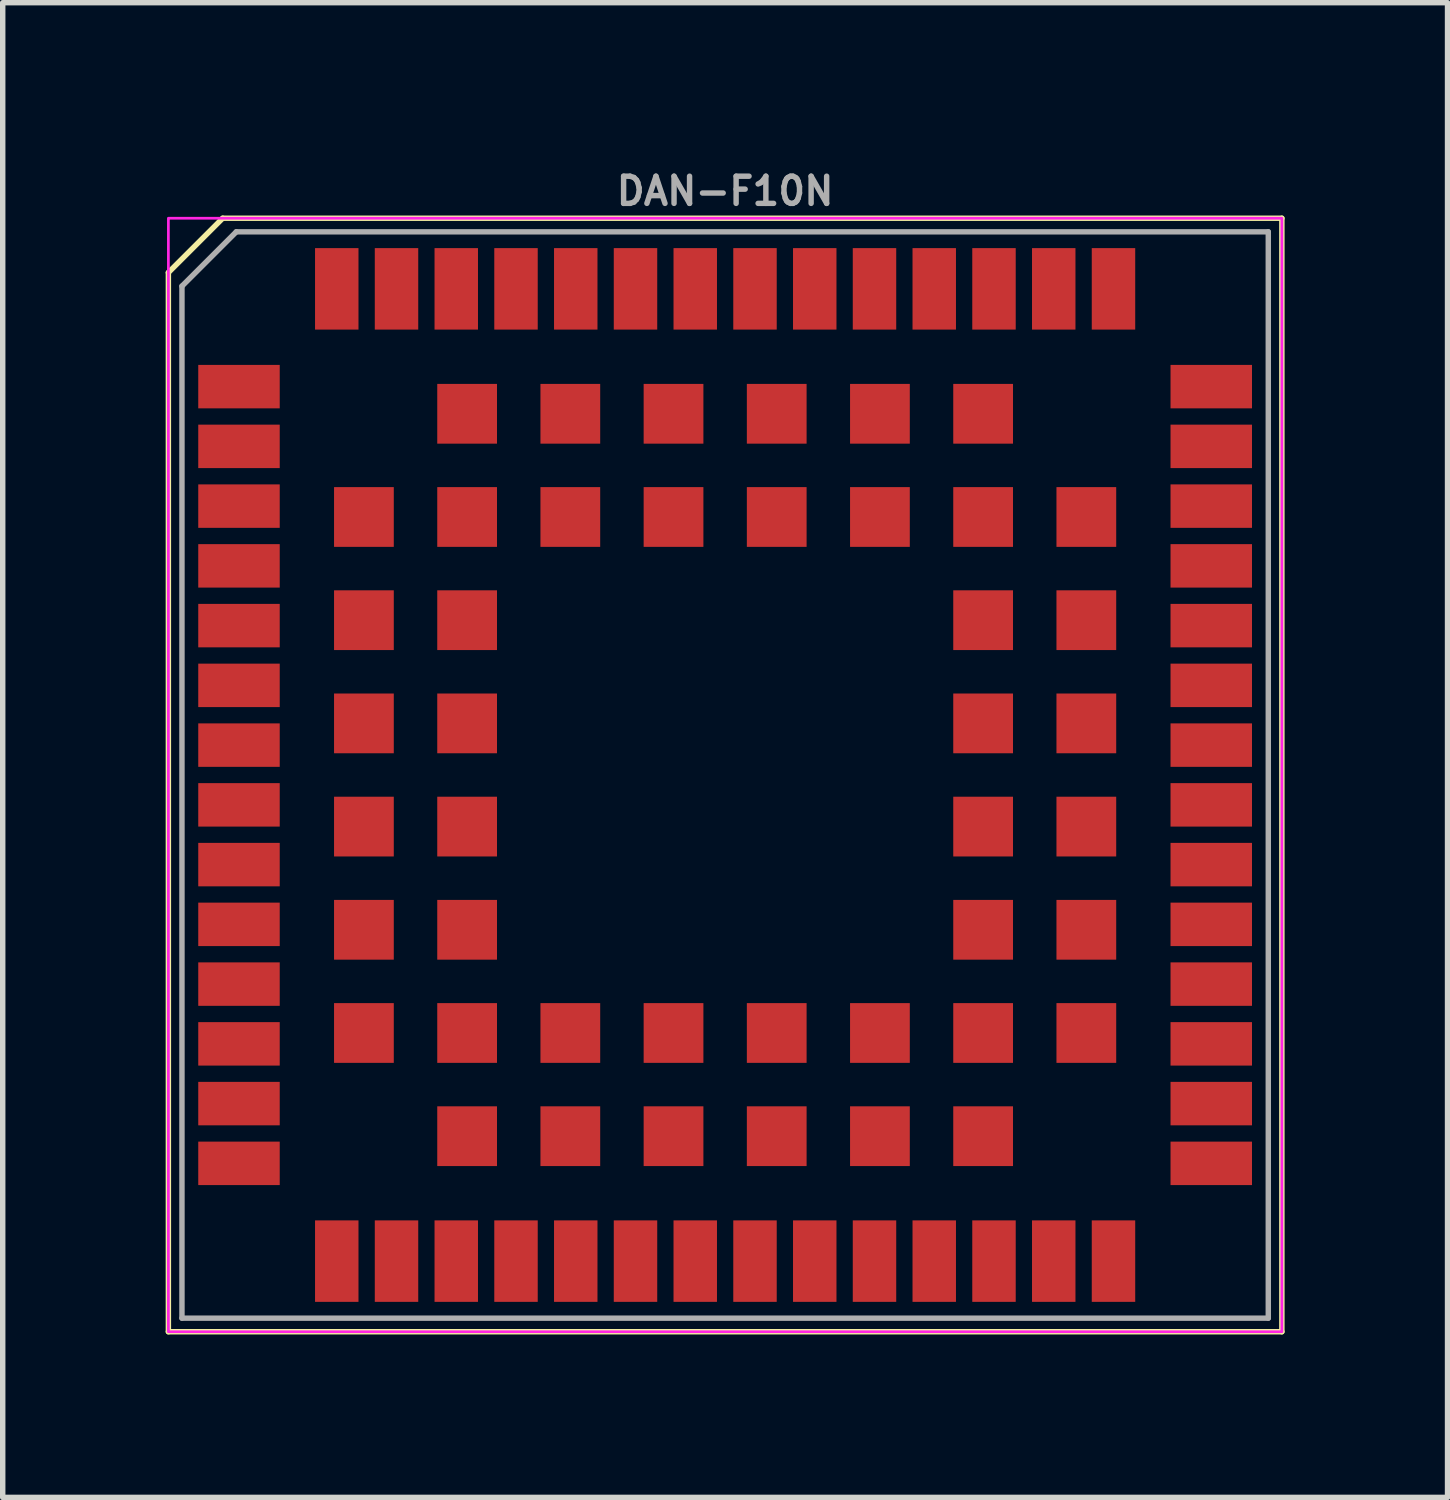
<source format=kicad_pcb>
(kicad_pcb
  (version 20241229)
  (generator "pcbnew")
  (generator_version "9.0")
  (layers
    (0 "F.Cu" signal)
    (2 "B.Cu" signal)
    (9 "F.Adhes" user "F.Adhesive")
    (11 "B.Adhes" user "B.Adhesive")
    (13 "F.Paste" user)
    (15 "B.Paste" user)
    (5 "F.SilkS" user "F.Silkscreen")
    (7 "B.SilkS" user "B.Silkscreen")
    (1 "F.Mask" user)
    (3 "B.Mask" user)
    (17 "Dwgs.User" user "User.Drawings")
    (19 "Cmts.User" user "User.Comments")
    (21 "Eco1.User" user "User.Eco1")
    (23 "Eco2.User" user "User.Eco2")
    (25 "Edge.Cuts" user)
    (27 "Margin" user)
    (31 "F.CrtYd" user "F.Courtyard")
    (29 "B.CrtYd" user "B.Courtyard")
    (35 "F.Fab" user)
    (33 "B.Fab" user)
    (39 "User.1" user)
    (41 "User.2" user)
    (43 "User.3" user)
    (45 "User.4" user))
  (footprint "DAN-F10N"
    (layer "F.Cu")
    (at 10.3 11.218)
    (property "Reference" "DAN-F10N" (at 0 -10.75 0) (layer "F.Fab") (effects (font (size 0.5 0.5) (thickness 0.1))))
    (attr smd)
    (fp_line (start -10.25 -9.25) (end -10.25 10.25) (stroke (width 0.1) (type default)) (layer "F.SilkS"))
    (fp_line (start -10.25 10.25) (end 10.25 10.25) (stroke (width 0.1) (type default)) (layer "F.SilkS"))
    (fp_line (start -9.25 -10.25) (end -10.25 -9.25) (stroke (width 0.1) (type default)) (layer "F.SilkS"))
    (fp_line (start 10.25 -10.25) (end -9.25 -10.25) (stroke (width 0.1) (type default)) (layer "F.SilkS"))
    (fp_line (start 10.25 10.25) (end 10.25 -10.25) (stroke (width 0.1) (type default)) (layer "F.SilkS"))
    (fp_rect (start -10.25 -10.25) (end 10.25 10.25) (stroke (width 0.05) (type default)) (fill no) (layer "F.CrtYd"))
    (fp_line (start -10 -9) (end -10 10) (stroke (width 0.1) (type default)) (layer "F.Fab"))
    (fp_line (start -9 -10) (end -10 -9) (stroke (width 0.1) (type default)) (layer "F.Fab"))
    (fp_line (start -9 -10) (end 10 -10) (stroke (width 0.1) (type default)) (layer "F.Fab"))
    (fp_line (start 10 -10) (end 10 10) (stroke (width 0.1) (type default)) (layer "F.Fab"))
    (fp_line (start 10 10) (end -10 10) (stroke (width 0.1) (type default)) (layer "F.Fab"))
    (pad "1" smd rect (at -8.95 -7.15) (size 1.5 0.8) (layers "F.Cu" "F.Mask" "F.Paste"))
    (pad "2" smd rect (at -8.95 -6.05) (size 1.5 0.8) (layers "F.Cu" "F.Mask" "F.Paste"))
    (pad "3" smd rect (at -8.95 -4.95) (size 1.5 0.8) (layers "F.Cu" "F.Mask" "F.Paste"))
    (pad "4" smd rect (at -8.95 -3.85) (size 1.5 0.8) (layers "F.Cu" "F.Mask" "F.Paste"))
    (pad "5" smd rect (at -8.95 -2.75) (size 1.5 0.8) (layers "F.Cu" "F.Mask" "F.Paste"))
    (pad "6" smd rect (at -8.95 -1.65) (size 1.5 0.8) (layers "F.Cu" "F.Mask" "F.Paste"))
    (pad "7" smd rect (at -8.95 -0.55) (size 1.5 0.8) (layers "F.Cu" "F.Mask" "F.Paste"))
    (pad "8" smd rect (at -8.95 0.55) (size 1.5 0.8) (layers "F.Cu" "F.Mask" "F.Paste"))
    (pad "9" smd rect (at -8.95 1.65) (size 1.5 0.8) (layers "F.Cu" "F.Mask" "F.Paste"))
    (pad "10" smd rect (at -8.95 2.75) (size 1.5 0.8) (layers "F.Cu" "F.Mask" "F.Paste"))
    (pad "11" smd rect (at -8.95 3.85) (size 1.5 0.8) (layers "F.Cu" "F.Mask" "F.Paste"))
    (pad "12" smd rect (at -8.95 4.95) (size 1.5 0.8) (layers "F.Cu" "F.Mask" "F.Paste"))
    (pad "13" smd rect (at -8.95 6.05) (size 1.5 0.8) (layers "F.Cu" "F.Mask" "F.Paste"))
    (pad "14" smd rect (at -8.95 7.15) (size 1.5 0.8) (layers "F.Cu" "F.Mask" "F.Paste"))
    (pad "15" smd rect (at -7.15 8.95 90) (size 1.5 0.8) (layers "F.Cu" "F.Mask" "F.Paste"))
    (pad "16" smd rect (at -6.05 8.95 90) (size 1.5 0.8) (layers "F.Cu" "F.Mask" "F.Paste"))
    (pad "17" smd rect (at -4.95 8.95 90) (size 1.5 0.8) (layers "F.Cu" "F.Mask" "F.Paste"))
    (pad "18" smd rect (at -3.85 8.95 90) (size 1.5 0.8) (layers "F.Cu" "F.Mask" "F.Paste"))
    (pad "19" smd rect (at -2.75 8.95 90) (size 1.5 0.8) (layers "F.Cu" "F.Mask" "F.Paste"))
    (pad "20" smd rect (at -1.65 8.95 90) (size 1.5 0.8) (layers "F.Cu" "F.Mask" "F.Paste"))
    (pad "21" smd rect (at -0.55 8.95 90) (size 1.5 0.8) (layers "F.Cu" "F.Mask" "F.Paste"))
    (pad "22" smd rect (at 0.55 8.95 90) (size 1.5 0.8) (layers "F.Cu" "F.Mask" "F.Paste"))
    (pad "23" smd rect (at 1.65 8.95 90) (size 1.5 0.8) (layers "F.Cu" "F.Mask" "F.Paste"))
    (pad "24" smd rect (at 2.75 8.95 90) (size 1.5 0.8) (layers "F.Cu" "F.Mask" "F.Paste"))
    (pad "25" smd rect (at 3.85 8.95 90) (size 1.5 0.8) (layers "F.Cu" "F.Mask" "F.Paste"))
    (pad "26" smd rect (at 4.95 8.95 90) (size 1.5 0.8) (layers "F.Cu" "F.Mask" "F.Paste"))
    (pad "27" smd rect (at 6.05 8.95 90) (size 1.5 0.8) (layers "F.Cu" "F.Mask" "F.Paste"))
    (pad "28" smd rect (at 7.15 8.95 90) (size 1.5 0.8) (layers "F.Cu" "F.Mask" "F.Paste"))
    (pad "29" smd rect (at 8.95 7.15 180) (size 1.5 0.8) (layers "F.Cu" "F.Mask" "F.Paste"))
    (pad "30" smd rect (at 8.95 6.05 180) (size 1.5 0.8) (layers "F.Cu" "F.Mask" "F.Paste"))
    (pad "31" smd rect (at 8.95 4.95 180) (size 1.5 0.8) (layers "F.Cu" "F.Mask" "F.Paste"))
    (pad "32" smd rect (at 8.95 3.85 180) (size 1.5 0.8) (layers "F.Cu" "F.Mask" "F.Paste"))
    (pad "33" smd rect (at 8.95 2.75 180) (size 1.5 0.8) (layers "F.Cu" "F.Mask" "F.Paste"))
    (pad "34" smd rect (at 8.95 1.65 180) (size 1.5 0.8) (layers "F.Cu" "F.Mask" "F.Paste"))
    (pad "35" smd rect (at 8.95 0.55 180) (size 1.5 0.8) (layers "F.Cu" "F.Mask" "F.Paste"))
    (pad "36" smd rect (at 8.95 -0.55 180) (size 1.5 0.8) (layers "F.Cu" "F.Mask" "F.Paste"))
    (pad "37" smd rect (at 8.95 -1.65 180) (size 1.5 0.8) (layers "F.Cu" "F.Mask" "F.Paste"))
    (pad "38" smd rect (at 8.95 -2.75 180) (size 1.5 0.8) (layers "F.Cu" "F.Mask" "F.Paste"))
    (pad "39" smd rect (at 8.95 -3.85 180) (size 1.5 0.8) (layers "F.Cu" "F.Mask" "F.Paste"))
    (pad "40" smd rect (at 8.95 -4.95 180) (size 1.5 0.8) (layers "F.Cu" "F.Mask" "F.Paste"))
    (pad "41" smd rect (at 8.95 -6.05 180) (size 1.5 0.8) (layers "F.Cu" "F.Mask" "F.Paste"))
    (pad "42" smd rect (at 8.95 -7.15 180) (size 1.5 0.8) (layers "F.Cu" "F.Mask" "F.Paste"))
    (pad "43" smd rect (at 7.15 -8.95 270) (size 1.5 0.8) (layers "F.Cu" "F.Mask" "F.Paste"))
    (pad "44" smd rect (at 6.05 -8.95 270) (size 1.5 0.8) (layers "F.Cu" "F.Mask" "F.Paste"))
    (pad "45" smd rect (at 4.95 -8.95 270) (size 1.5 0.8) (layers "F.Cu" "F.Mask" "F.Paste"))
    (pad "46" smd rect (at 3.85 -8.95 270) (size 1.5 0.8) (layers "F.Cu" "F.Mask" "F.Paste"))
    (pad "47" smd rect (at 2.75 -8.95 270) (size 1.5 0.8) (layers "F.Cu" "F.Mask" "F.Paste"))
    (pad "48" smd rect (at 1.65 -8.95 270) (size 1.5 0.8) (layers "F.Cu" "F.Mask" "F.Paste"))
    (pad "49" smd rect (at 0.55 -8.95 270) (size 1.5 0.8) (layers "F.Cu" "F.Mask" "F.Paste"))
    (pad "50" smd rect (at -0.55 -8.95 270) (size 1.5 0.8) (layers "F.Cu" "F.Mask" "F.Paste"))
    (pad "51" smd rect (at -2.75 -8.95 270) (size 1.5 0.8) (layers "F.Cu" "F.Mask" "F.Paste"))
    (pad "52" smd rect (at -1.65 -8.95 270) (size 1.5 0.8) (layers "F.Cu" "F.Mask" "F.Paste"))
    (pad "53" smd rect (at -3.85 -8.95 270) (size 1.5 0.8) (layers "F.Cu" "F.Mask" "F.Paste"))
    (pad "54" smd rect (at -4.95 -8.95 270) (size 1.5 0.8) (layers "F.Cu" "F.Mask" "F.Paste"))
    (pad "55" smd rect (at -6.05 -8.95 270) (size 1.5 0.8) (layers "F.Cu" "F.Mask" "F.Paste"))
    (pad "56" smd rect (at -7.15 -8.95 270) (size 1.5 0.8) (layers "F.Cu" "F.Mask" "F.Paste"))
    (pad "57" smd rect (at -6.65 -4.75 90) (size 1.1 1.1) (layers "F.Cu" "F.Mask" "F.Paste"))
    (pad "57" smd rect (at -6.65 -2.85 180) (size 1.1 1.1) (layers "F.Cu" "F.Mask" "F.Paste"))
    (pad "57" smd rect (at -6.65 -0.95 180) (size 1.1 1.1) (layers "F.Cu" "F.Mask" "F.Paste"))
    (pad "57" smd rect (at -6.65 0.95 180) (size 1.1 1.1) (layers "F.Cu" "F.Mask" "F.Paste"))
    (pad "57" smd rect (at -6.65 2.85 180) (size 1.1 1.1) (layers "F.Cu" "F.Mask" "F.Paste"))
    (pad "57" smd rect (at -6.65 4.75 270) (size 1.1 1.1) (layers "F.Cu" "F.Mask" "F.Paste"))
    (pad "57" smd rect (at -4.75 -6.65 180) (size 1.1 1.1) (layers "F.Cu" "F.Mask" "F.Paste"))
    (pad "57" smd rect (at -4.75 -4.75 90) (size 1.1 1.1) (layers "F.Cu" "F.Mask" "F.Paste"))
    (pad "57" smd rect (at -4.75 -2.85 180) (size 1.1 1.1) (layers "F.Cu" "F.Mask" "F.Paste"))
    (pad "57" smd rect (at -4.75 -0.95 180) (size 1.1 1.1) (layers "F.Cu" "F.Mask" "F.Paste"))
    (pad "57" smd rect (at -4.75 0.95 180) (size 1.1 1.1) (layers "F.Cu" "F.Mask" "F.Paste"))
    (pad "57" smd rect (at -4.75 2.85 180) (size 1.1 1.1) (layers "F.Cu" "F.Mask" "F.Paste"))
    (pad "57" smd rect (at -4.75 4.75 180) (size 1.1 1.1) (layers "F.Cu" "F.Mask" "F.Paste"))
    (pad "57" smd rect (at -4.75 6.65 180) (size 1.1 1.1) (layers "F.Cu" "F.Mask" "F.Paste"))
    (pad "57" smd rect (at -2.85 -6.65 90) (size 1.1 1.1) (layers "F.Cu" "F.Mask" "F.Paste"))
    (pad "57" smd rect (at -2.85 -4.75 90) (size 1.1 1.1) (layers "F.Cu" "F.Mask" "F.Paste"))
    (pad "57" smd rect (at -2.85 4.75 270) (size 1.1 1.1) (layers "F.Cu" "F.Mask" "F.Paste"))
    (pad "57" smd rect (at -2.85 6.65 270) (size 1.1 1.1) (layers "F.Cu" "F.Mask" "F.Paste"))
    (pad "57" smd rect (at -0.95 -6.65 90) (size 1.1 1.1) (layers "F.Cu" "F.Mask" "F.Paste"))
    (pad "57" smd rect (at -0.95 -4.75 90) (size 1.1 1.1) (layers "F.Cu" "F.Mask" "F.Paste"))
    (pad "57" smd rect (at -0.95 4.75 270) (size 1.1 1.1) (layers "F.Cu" "F.Mask" "F.Paste"))
    (pad "57" smd rect (at -0.95 6.65 270) (size 1.1 1.1) (layers "F.Cu" "F.Mask" "F.Paste"))
    (pad "57" smd rect (at 0.95 -6.65 90) (size 1.1 1.1) (layers "F.Cu" "F.Mask" "F.Paste"))
    (pad "57" smd rect (at 0.95 -4.75 90) (size 1.1 1.1) (layers "F.Cu" "F.Mask" "F.Paste"))
    (pad "57" smd rect (at 0.95 4.75 270) (size 1.1 1.1) (layers "F.Cu" "F.Mask" "F.Paste"))
    (pad "57" smd rect (at 0.95 6.65 270) (size 1.1 1.1) (layers "F.Cu" "F.Mask" "F.Paste"))
    (pad "57" smd rect (at 2.85 -6.65 90) (size 1.1 1.1) (layers "F.Cu" "F.Mask" "F.Paste"))
    (pad "57" smd rect (at 2.85 -4.75 90) (size 1.1 1.1) (layers "F.Cu" "F.Mask" "F.Paste"))
    (pad "57" smd rect (at 2.85 4.75 270) (size 1.1 1.1) (layers "F.Cu" "F.Mask" "F.Paste"))
    (pad "57" smd rect (at 2.85 6.65 270) (size 1.1 1.1) (layers "F.Cu" "F.Mask" "F.Paste"))
    (pad "57" smd rect (at 4.75 -6.65) (size 1.1 1.1) (layers "F.Cu" "F.Mask" "F.Paste"))
    (pad "57" smd rect (at 4.75 -4.75) (size 1.1 1.1) (layers "F.Cu" "F.Mask" "F.Paste"))
    (pad "57" smd rect (at 4.75 -2.85) (size 1.1 1.1) (layers "F.Cu" "F.Mask" "F.Paste"))
    (pad "57" smd rect (at 4.75 -0.95) (size 1.1 1.1) (layers "F.Cu" "F.Mask" "F.Paste"))
    (pad "57" smd rect (at 4.75 0.95) (size 1.1 1.1) (layers "F.Cu" "F.Mask" "F.Paste"))
    (pad "57" smd rect (at 4.75 2.85) (size 1.1 1.1) (layers "F.Cu" "F.Mask" "F.Paste"))
    (pad "57" smd rect (at 4.75 4.75) (size 1.1 1.1) (layers "F.Cu" "F.Mask" "F.Paste"))
    (pad "57" smd rect (at 4.75 6.65) (size 1.1 1.1) (layers "F.Cu" "F.Mask" "F.Paste"))
    (pad "57" smd rect (at 6.65 -4.75 90) (size 1.1 1.1) (layers "F.Cu" "F.Mask" "F.Paste"))
    (pad "57" smd rect (at 6.65 -2.85) (size 1.1 1.1) (layers "F.Cu" "F.Mask" "F.Paste"))
    (pad "57" smd rect (at 6.65 -0.95) (size 1.1 1.1) (layers "F.Cu" "F.Mask" "F.Paste"))
    (pad "57" smd rect (at 6.65 0.95) (size 1.1 1.1) (layers "F.Cu" "F.Mask" "F.Paste"))
    (pad "57" smd rect (at 6.65 2.85) (size 1.1 1.1) (layers "F.Cu" "F.Mask" "F.Paste"))
    (pad "57" smd rect (at 6.65 4.75) (size 1.1 1.1) (layers "F.Cu" "F.Mask" "F.Paste")))
  (gr_rect
    (start -3 -3)
    (end 23.6 24.518)
    (stroke (width 0.1) (type default))
    (fill no)
    (layer "Edge.Cuts")))
</source>
